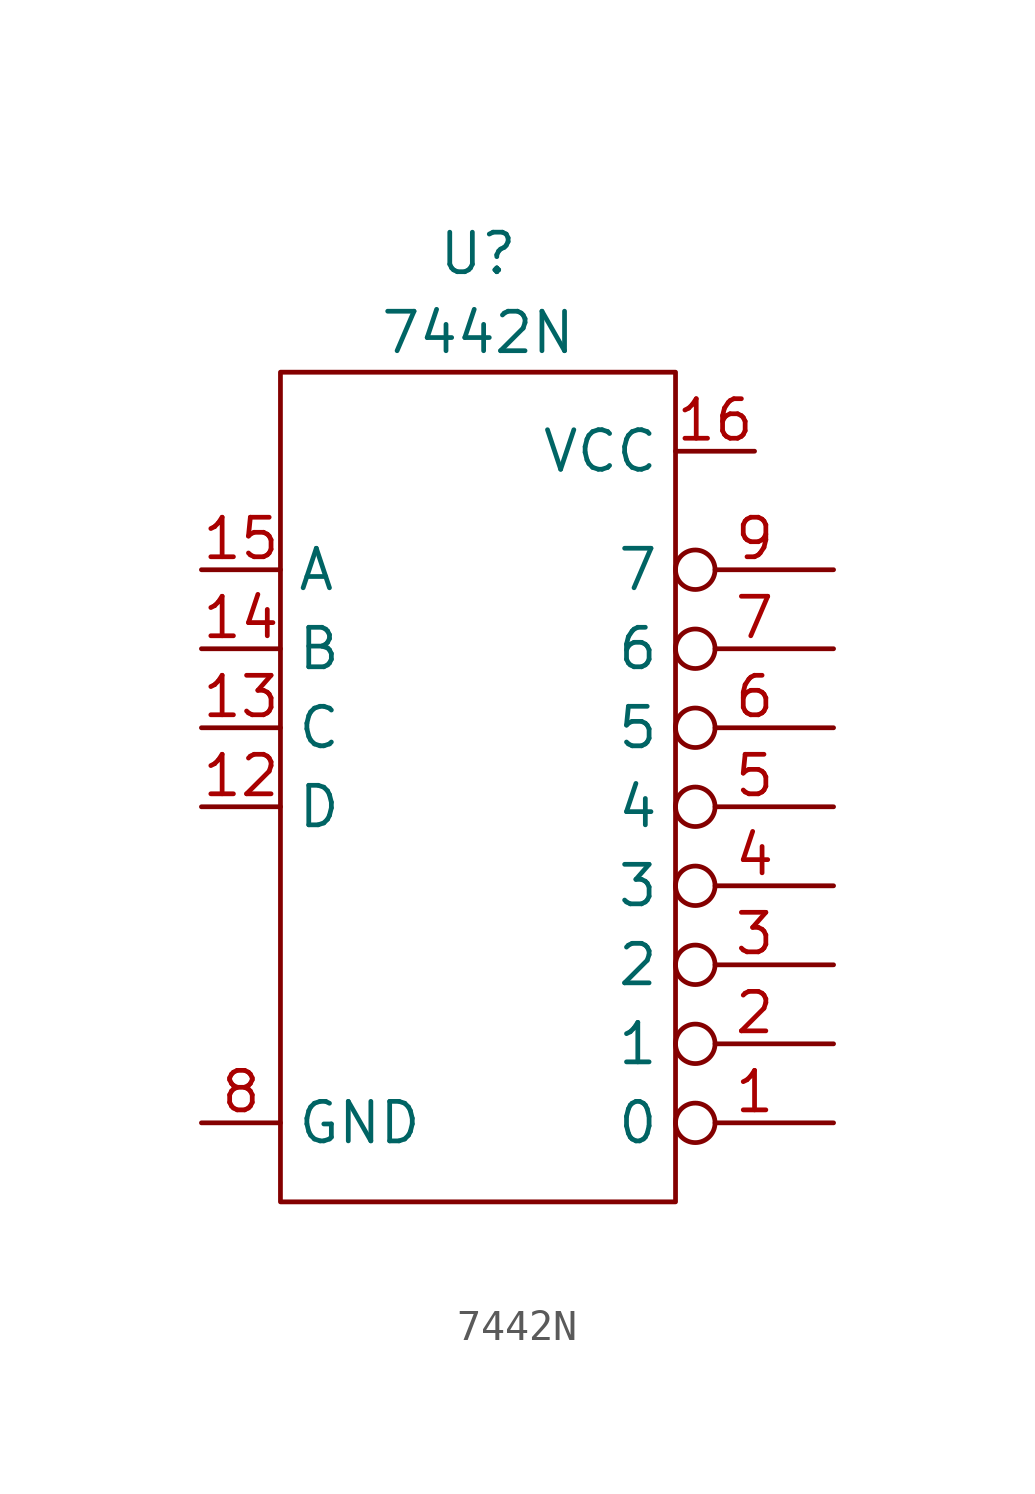
<source format=kicad_sym>
(kicad_symbol_lib
  (version 20211014)
  (generator kicad_symbol_editor)
  (symbol "7442N"
    (property "Reference" "U"
      (at 0 0 0)
      (effects (font (size 1.27 1.27))))
    (property "Value" "7442N"
      (at 0 -2.54 0)
      (effects (font (size 1.27 1.27))))
    (symbol "7442N_0_1"
      (rectangle (start -6.35 -3.81) (end 6.35 -30.48) (stroke (width 0) (type default) (color 0 0 0 0)) (fill (type none))))
    (symbol "7442N_1_1"
      (pin bidirectional inverted (at 11.43 -27.94 180) (length 5.08) (name "0" (effects (font (size 1.27 1.27)))) (number "1" (effects (font (size 1.27 1.27)))))
      (pin bidirectional line (at -8.89 -17.78 0) (length 2.54) (name "D" (effects (font (size 1.27 1.27)))) (number "12" (effects (font (size 1.27 1.27)))))
      (pin bidirectional line (at -8.89 -15.24 0) (length 2.54) (name "C" (effects (font (size 1.27 1.27)))) (number "13" (effects (font (size 1.27 1.27)))))
      (pin bidirectional line (at -8.89 -12.7 0) (length 2.54) (name "B" (effects (font (size 1.27 1.27)))) (number "14" (effects (font (size 1.27 1.27)))))
      (pin bidirectional line (at -8.89 -10.16 0) (length 2.54) (name "A" (effects (font (size 1.27 1.27)))) (number "15" (effects (font (size 1.27 1.27)))))
      (pin bidirectional line (at 8.89 -6.35 180) (length 2.54) (name "VCC" (effects (font (size 1.27 1.27)))) (number "16" (effects (font (size 1.27 1.27)))))
      (pin bidirectional inverted (at 11.43 -25.4 180) (length 5.08) (name "1" (effects (font (size 1.27 1.27)))) (number "2" (effects (font (size 1.27 1.27)))))
      (pin bidirectional inverted (at 11.43 -22.86 180) (length 5.08) (name "2" (effects (font (size 1.27 1.27)))) (number "3" (effects (font (size 1.27 1.27)))))
      (pin bidirectional inverted (at 11.43 -20.32 180) (length 5.08) (name "3" (effects (font (size 1.27 1.27)))) (number "4" (effects (font (size 1.27 1.27)))))
      (pin bidirectional inverted (at 11.43 -17.78 180) (length 5.08) (name "4" (effects (font (size 1.27 1.27)))) (number "5" (effects (font (size 1.27 1.27)))))
      (pin bidirectional inverted (at 11.43 -15.24 180) (length 5.08) (name "5" (effects (font (size 1.27 1.27)))) (number "6" (effects (font (size 1.27 1.27)))))
      (pin bidirectional inverted (at 11.43 -12.7 180) (length 5.08) (name "6" (effects (font (size 1.27 1.27)))) (number "7" (effects (font (size 1.27 1.27)))))
      (pin bidirectional line (at -8.89 -27.94 0) (length 2.54) (name "GND" (effects (font (size 1.27 1.27)))) (number "8" (effects (font (size 1.27 1.27)))))
      (pin bidirectional inverted (at 11.43 -10.16 180) (length 5.08) (name "7" (effects (font (size 1.27 1.27)))) (number "9" (effects (font (size 1.27 1.27))))))))
</source>
